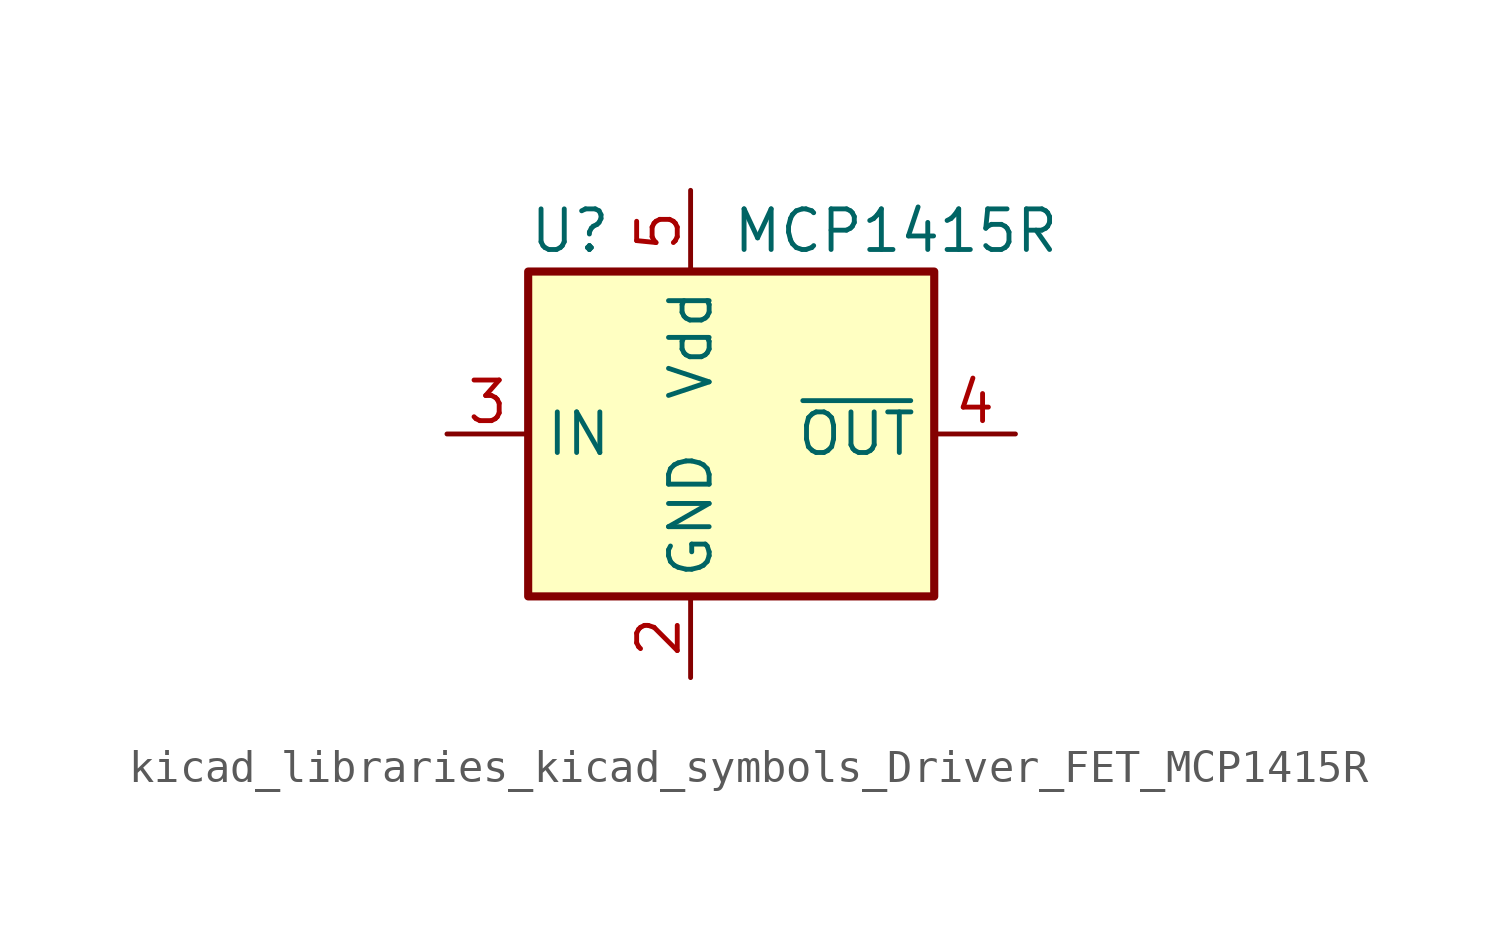
<source format=kicad_sym>
(kicad_symbol_lib
  (version 20220914)
  (generator kicad_symbol_editor)
  (symbol "kicad_libraries_kicad_symbols_Driver_FET_MCP1415R"
    (property "Reference" "U"
      (at -5.08 6.35 0)
      (effects (font (size 1.27 1.27)) (justify left)))
    (property "Value" "MCP1415R"
      (at 1.27 6.35 0)
      (effects (font (size 1.27 1.27)) (justify left)))
    (symbol "kicad_libraries_kicad_symbols_Driver_FET_MCP1415R_0_1"
      (rectangle (start -5.08 5.08) (end 7.62 -5.08) (stroke (width 0.254) (type default)) (fill (type background))))
    (symbol "kicad_libraries_kicad_symbols_Driver_FET_MCP1415R_1_1"
      (pin no_connect line (at 7.62 -2.54 180) (length 2.54) hide (name "NC" (effects (font (size 1.27 1.27)))) (number "1" (effects (font (size 1.27 1.27)))))
      (pin power_in line (at 0 -7.62 90) (length 2.54) (name "GND" (effects (font (size 1.27 1.27)))) (number "2" (effects (font (size 1.27 1.27)))))
      (pin input line (at -7.62 0 0) (length 2.54) (name "IN" (effects (font (size 1.27 1.27)))) (number "3" (effects (font (size 1.27 1.27)))))
      (pin output line (at 10.16 0 180) (length 2.54) (name "~{OUT}" (effects (font (size 1.27 1.27)))) (number "4" (effects (font (size 1.27 1.27)))))
      (pin power_in line (at 0 7.62 270) (length 2.54) (name "Vdd" (effects (font (size 1.27 1.27)))) (number "5" (effects (font (size 1.27 1.27))))))))
</source>
